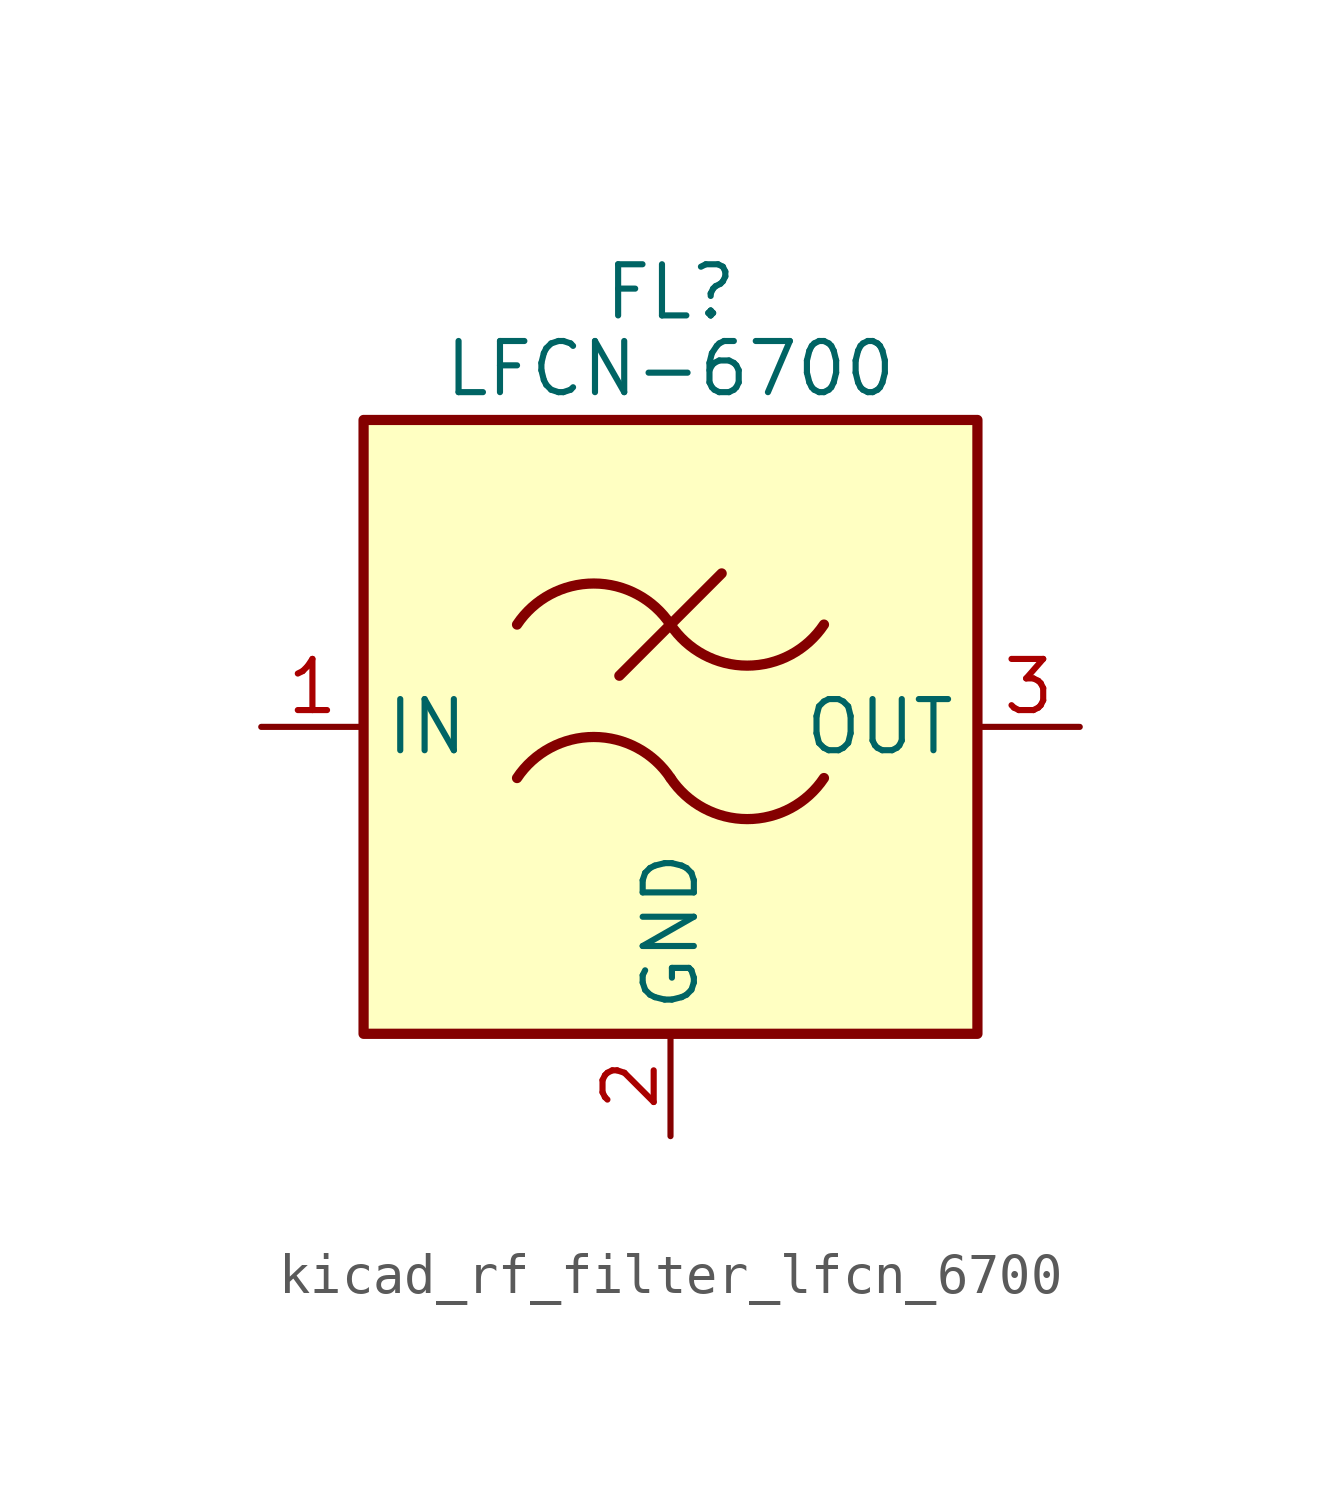
<source format=kicad_sym>
(kicad_symbol_lib
  (version 20220914)
  (generator kicad_symbol_editor)
  (symbol "kicad_rf_filter_lfcn_6700"
    (property "Reference" "FL"
      (at 0 10.795 0)
      (effects (font (size 1.27 1.27))))
    (property "Value" "LFCN-6700"
      (at 0 8.89 0)
      (effects (font (size 1.27 1.27))))
    (symbol "kicad_rf_filter_lfcn_6700_0_1"
      (rectangle (start -7.62 7.62) (end 7.62 -7.62) (stroke (width 0.254) (type default)) (fill (type background)))
      (arc (start 0 -1.27) (mid -1.905 -0.2505) (end -3.81 -1.27) (stroke (width 0.254) (type default)) (fill (type none)))
      (arc (start 0 -1.27) (mid 1.905 -2.2895) (end 3.81 -1.27) (stroke (width 0.254) (type default)) (fill (type none)))
      (polyline (pts (xy -1.27 1.27) (xy 1.27 3.81)) (stroke (width 0.254) (type default)) (fill (type none)))
      (arc (start 0 2.54) (mid -1.905 3.5595) (end -3.81 2.54) (stroke (width 0.254) (type default)) (fill (type none)))
      (arc (start 0 2.54) (mid 1.905 1.5205) (end 3.81 2.54) (stroke (width 0.254) (type default)) (fill (type none))))
    (symbol "kicad_rf_filter_lfcn_6700_1_1"
      (pin passive line (at -10.16 0 0) (length 2.54) (name "IN" (effects (font (size 1.27 1.27)))) (number "1" (effects (font (size 1.27 1.27)))))
      (pin passive line (at 0 -10.16 90) (length 2.54) (name "GND" (effects (font (size 1.27 1.27)))) (number "2" (effects (font (size 1.27 1.27)))))
      (pin passive line (at 10.16 0 180) (length 2.54) (name "OUT" (effects (font (size 1.27 1.27)))) (number "3" (effects (font (size 1.27 1.27)))))
      (pin passive line (at 0 -10.16 90) (length 2.54) hide (name "GND" (effects (font (size 1.27 1.27)))) (number "4" (effects (font (size 1.27 1.27))))))))
</source>
